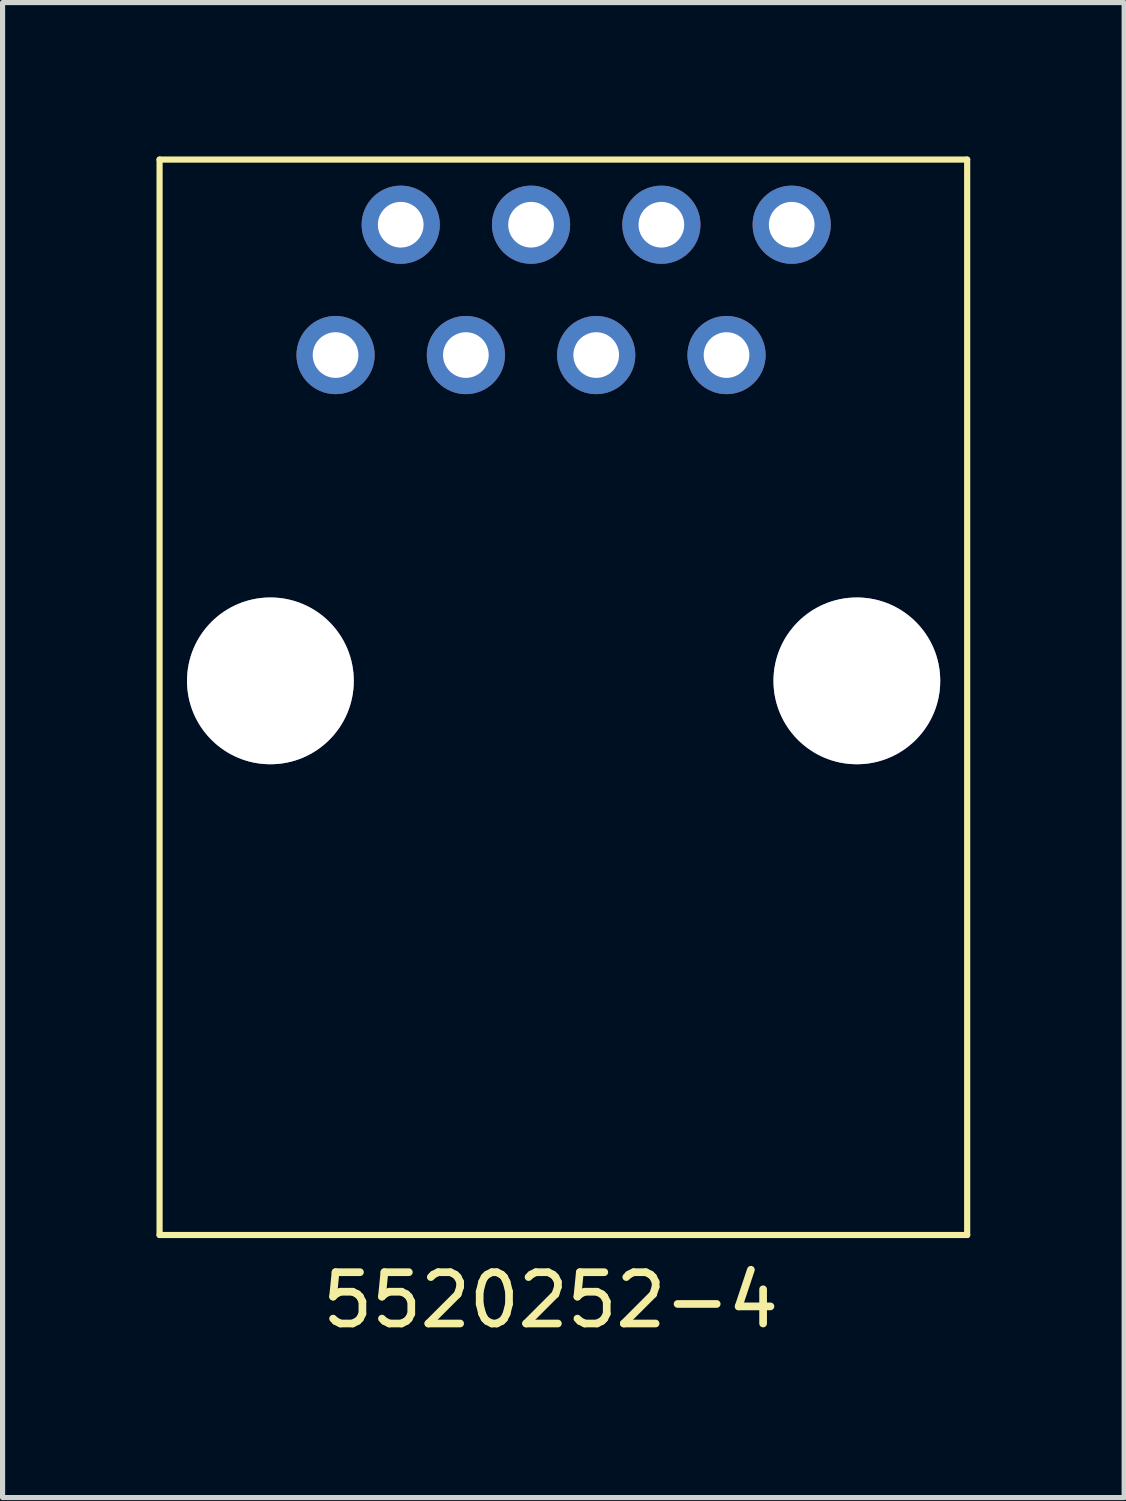
<source format=kicad_pcb>
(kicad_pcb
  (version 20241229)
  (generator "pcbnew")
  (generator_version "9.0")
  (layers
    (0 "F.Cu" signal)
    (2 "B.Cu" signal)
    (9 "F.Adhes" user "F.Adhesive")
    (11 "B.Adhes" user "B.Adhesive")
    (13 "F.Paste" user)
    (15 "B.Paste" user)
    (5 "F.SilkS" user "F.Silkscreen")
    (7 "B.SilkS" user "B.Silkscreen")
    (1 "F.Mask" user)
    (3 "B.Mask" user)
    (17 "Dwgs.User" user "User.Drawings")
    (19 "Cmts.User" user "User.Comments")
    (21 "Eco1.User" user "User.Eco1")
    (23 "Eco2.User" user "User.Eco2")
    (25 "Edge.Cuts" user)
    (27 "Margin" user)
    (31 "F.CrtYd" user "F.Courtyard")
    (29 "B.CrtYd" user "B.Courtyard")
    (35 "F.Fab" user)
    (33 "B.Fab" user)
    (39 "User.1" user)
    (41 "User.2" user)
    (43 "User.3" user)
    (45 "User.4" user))
  (footprint "5520252-4"
    (layer "F.Cu")
    (at 7.68 21.02)
    (property "Reference" "5520252-4" (at 0 1.27 0) (layer "F.SilkS") (effects (font (size 1 1) (thickness 0.15))))
    (attr through_hole)
    (fp_line (start -7.62 -20.96) (end 8.12 -20.96) (stroke (width 0.12) (type solid)) (layer "F.SilkS"))
    (fp_line (start -7.62 0) (end -7.62 -20.96) (stroke (width 0.12) (type solid)) (layer "F.SilkS"))
    (fp_line (start -7.62 0) (end 8.12 0) (stroke (width 0.12) (type solid)) (layer "F.SilkS"))
    (fp_line (start 8.12 0) (end 8.12 -20.96) (stroke (width 0.12) (type solid)) (layer "F.SilkS"))
    (pad "" thru_hole circle (at -5.46 -10.8) (size 3.25 3.25) (drill 3.25) (layers "*.Cu" "*.Mask"))
    (pad "" thru_hole circle (at 5.97 -10.8) (size 3.25 3.25) (drill 3.25) (layers "*.Cu" "*.Mask"))
    (pad "1" thru_hole circle (at -2.92 -19.69) (size 1.524 1.524) (drill 0.89) (layers "*.Cu" "*.Mask"))
    (pad "2" thru_hole circle (at -4.19 -17.15) (size 1.524 1.524) (drill 0.89) (layers "*.Cu" "*.Mask"))
    (pad "3" thru_hole circle (at -0.38 -19.69) (size 1.524 1.524) (drill 0.89) (layers "*.Cu" "*.Mask"))
    (pad "4" thru_hole circle (at -1.65 -17.15) (size 1.524 1.524) (drill 0.89) (layers "*.Cu" "*.Mask"))
    (pad "5" thru_hole circle (at 2.16 -19.69) (size 1.524 1.524) (drill 0.89) (layers "*.Cu" "*.Mask"))
    (pad "6" thru_hole circle (at 0.89 -17.15) (size 1.524 1.524) (drill 0.89) (layers "*.Cu" "*.Mask"))
    (pad "7" thru_hole circle (at 4.7 -19.69) (size 1.524 1.524) (drill 0.89) (layers "*.Cu" "*.Mask"))
    (pad "8" thru_hole circle (at 3.43 -17.15) (size 1.524 1.524) (drill 0.89) (layers "*.Cu" "*.Mask")))
  (gr_rect
    (start -3 -3)
    (end 18.86 26.138)
    (stroke (width 0.1) (type default))
    (fill no)
    (layer "Edge.Cuts")))
</source>
